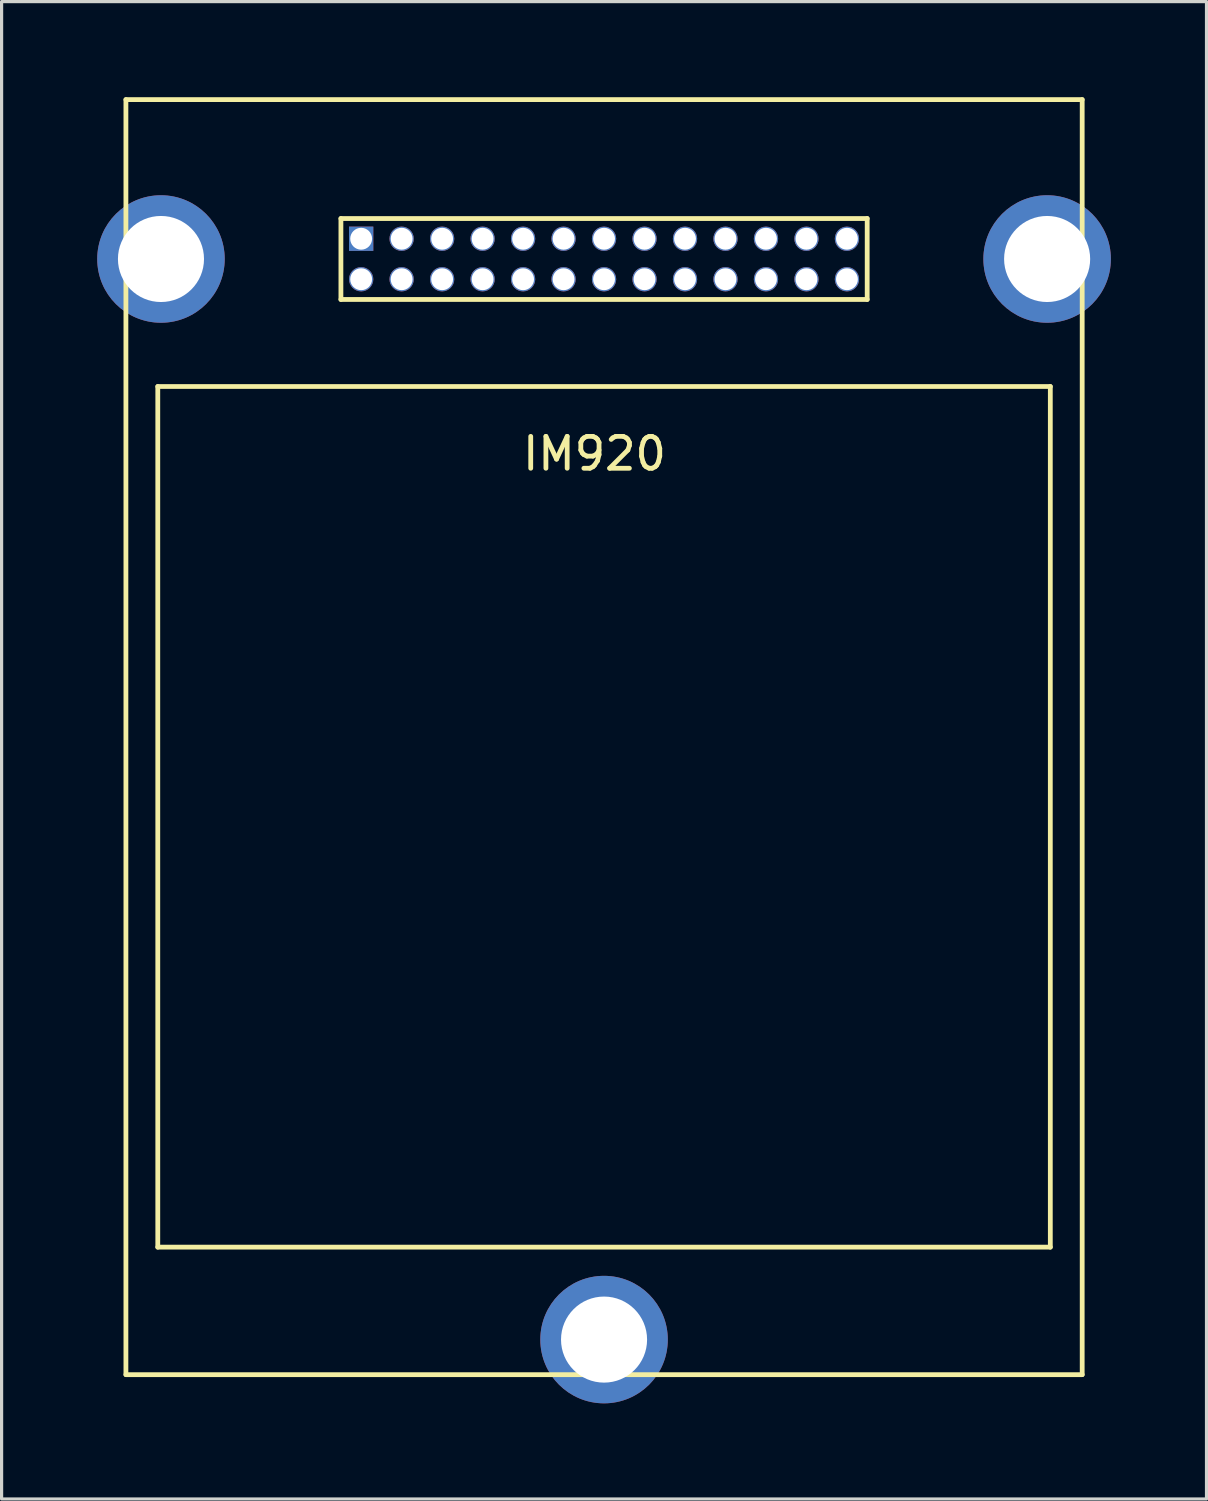
<source format=kicad_pcb>
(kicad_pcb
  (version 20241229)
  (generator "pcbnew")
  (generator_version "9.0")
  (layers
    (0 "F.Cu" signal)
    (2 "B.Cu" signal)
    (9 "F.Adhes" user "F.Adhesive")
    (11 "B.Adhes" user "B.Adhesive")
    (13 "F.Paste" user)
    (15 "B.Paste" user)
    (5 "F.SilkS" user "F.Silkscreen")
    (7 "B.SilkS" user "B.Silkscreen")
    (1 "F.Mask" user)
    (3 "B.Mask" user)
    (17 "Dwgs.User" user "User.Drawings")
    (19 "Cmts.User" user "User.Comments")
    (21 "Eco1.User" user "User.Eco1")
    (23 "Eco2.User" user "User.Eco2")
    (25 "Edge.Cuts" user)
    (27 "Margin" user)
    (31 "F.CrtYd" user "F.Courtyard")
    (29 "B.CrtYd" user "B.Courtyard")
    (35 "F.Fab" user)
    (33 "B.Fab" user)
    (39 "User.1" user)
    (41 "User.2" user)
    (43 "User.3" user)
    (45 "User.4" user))
  (footprint "IM920"
    (layer "F.Cu")
    (at 15.9 5.075)
    (property "Reference" "IM920" (at -0.3 6.11 0) (layer "F.SilkS") (effects (font (size 1 1) (thickness 0.15))))
    (attr through_hole)
    (fp_line (start -15 -5) (end 15 -5) (stroke (width 0.15) (type solid)) (layer "F.SilkS"))
    (fp_line (start -15 35) (end -15 -5) (stroke (width 0.15) (type solid)) (layer "F.SilkS"))
    (fp_line (start -14 4) (end 14 4) (stroke (width 0.15) (type solid)) (layer "F.SilkS"))
    (fp_line (start -14 31) (end -14 4) (stroke (width 0.15) (type solid)) (layer "F.SilkS"))
    (fp_line (start -8.255 -1.27) (end 8.255 -1.27) (stroke (width 0.15) (type solid)) (layer "F.SilkS"))
    (fp_line (start -8.255 1.27) (end -8.255 -1.27) (stroke (width 0.15) (type solid)) (layer "F.SilkS"))
    (fp_line (start 8.255 -1.27) (end 8.255 1.27) (stroke (width 0.15) (type solid)) (layer "F.SilkS"))
    (fp_line (start 8.255 1.27) (end -8.255 1.27) (stroke (width 0.15) (type solid)) (layer "F.SilkS"))
    (fp_line (start 14 4) (end 14 31) (stroke (width 0.15) (type solid)) (layer "F.SilkS"))
    (fp_line (start 14 31) (end -14 31) (stroke (width 0.15) (type solid)) (layer "F.SilkS"))
    (fp_line (start 15 -5) (end 15 35) (stroke (width 0.15) (type solid)) (layer "F.SilkS"))
    (fp_line (start 15 35) (end -15 35) (stroke (width 0.15) (type solid)) (layer "F.SilkS"))
    (pad "" np_thru_hole oval (at -13.9 0) (size 4 4) (drill 2.7) (layers "*.Cu" "*.Mask"))
    (pad "" np_thru_hole oval (at 0 33.9) (size 4 4) (drill 2.7) (layers "*.Cu" "*.Mask"))
    (pad "" np_thru_hole oval (at 13.9 0) (size 4 4) (drill 2.7) (layers "*.Cu" "*.Mask"))
    (pad "1" thru_hole rect (at -7.62 -0.635) (size 0.762 0.762) (drill 0.686) (layers "*.Cu" "*.Mask"))
    (pad "2" thru_hole circle (at -7.62 0.635) (size 0.762 0.762) (drill 0.686) (layers "*.Cu" "*.Mask"))
    (pad "3" thru_hole circle (at -6.35 -0.635) (size 0.762 0.762) (drill 0.686) (layers "*.Cu" "*.Mask"))
    (pad "4" thru_hole circle (at -6.35 0.635) (size 0.762 0.762) (drill 0.686) (layers "*.Cu" "*.Mask"))
    (pad "5" thru_hole circle (at -5.08 -0.635) (size 0.762 0.762) (drill 0.686) (layers "*.Cu" "*.Mask"))
    (pad "6" thru_hole circle (at -5.08 0.635) (size 0.762 0.762) (drill 0.686) (layers "*.Cu" "*.Mask"))
    (pad "7" thru_hole circle (at -3.81 -0.635) (size 0.762 0.762) (drill 0.686) (layers "*.Cu" "*.Mask"))
    (pad "8" thru_hole circle (at -3.81 0.635) (size 0.762 0.762) (drill 0.686) (layers "*.Cu" "*.Mask"))
    (pad "9" thru_hole circle (at -2.54 -0.635) (size 0.762 0.762) (drill 0.686) (layers "*.Cu" "*.Mask"))
    (pad "10" thru_hole circle (at -2.54 0.635) (size 0.762 0.762) (drill 0.686) (layers "*.Cu" "*.Mask"))
    (pad "11" thru_hole circle (at -1.27 -0.635) (size 0.762 0.762) (drill 0.686) (layers "*.Cu" "*.Mask"))
    (pad "12" thru_hole circle (at -1.27 0.635) (size 0.762 0.762) (drill 0.686) (layers "*.Cu" "*.Mask"))
    (pad "13" thru_hole circle (at 0 -0.635) (size 0.762 0.762) (drill 0.686) (layers "*.Cu" "*.Mask"))
    (pad "14" thru_hole circle (at 0 0.635) (size 0.762 0.762) (drill 0.686) (layers "*.Cu" "*.Mask"))
    (pad "15" thru_hole circle (at 1.27 -0.635) (size 0.762 0.762) (drill 0.686) (layers "*.Cu" "*.Mask"))
    (pad "16" thru_hole circle (at 1.27 0.635) (size 0.762 0.762) (drill 0.686) (layers "*.Cu" "*.Mask"))
    (pad "17" thru_hole circle (at 2.54 -0.635) (size 0.762 0.762) (drill 0.686) (layers "*.Cu" "*.Mask"))
    (pad "18" thru_hole circle (at 2.54 0.635) (size 0.762 0.762) (drill 0.686) (layers "*.Cu" "*.Mask"))
    (pad "19" thru_hole circle (at 3.81 -0.635) (size 0.762 0.762) (drill 0.686) (layers "*.Cu" "*.Mask"))
    (pad "20" thru_hole circle (at 3.81 0.635) (size 0.762 0.762) (drill 0.686) (layers "*.Cu" "*.Mask"))
    (pad "21" thru_hole circle (at 5.08 -0.635) (size 0.762 0.762) (drill 0.686) (layers "*.Cu" "*.Mask"))
    (pad "22" thru_hole circle (at 5.08 0.635) (size 0.762 0.762) (drill 0.686) (layers "*.Cu" "*.Mask"))
    (pad "23" thru_hole circle (at 6.35 -0.635) (size 0.762 0.762) (drill 0.686) (layers "*.Cu" "*.Mask"))
    (pad "24" thru_hole circle (at 6.35 0.635) (size 0.762 0.762) (drill 0.686) (layers "*.Cu" "*.Mask"))
    (pad "25" thru_hole circle (at 7.62 -0.635) (size 0.762 0.762) (drill 0.686) (layers "*.Cu" "*.Mask"))
    (pad "26" thru_hole circle (at 7.62 0.635) (size 0.762 0.762) (drill 0.686) (layers "*.Cu" "*.Mask")))
  (gr_rect
    (start -3 -3)
    (end 34.8 43.975)
    (stroke (width 0.1) (type default))
    (fill no)
    (layer "Edge.Cuts")))
</source>
